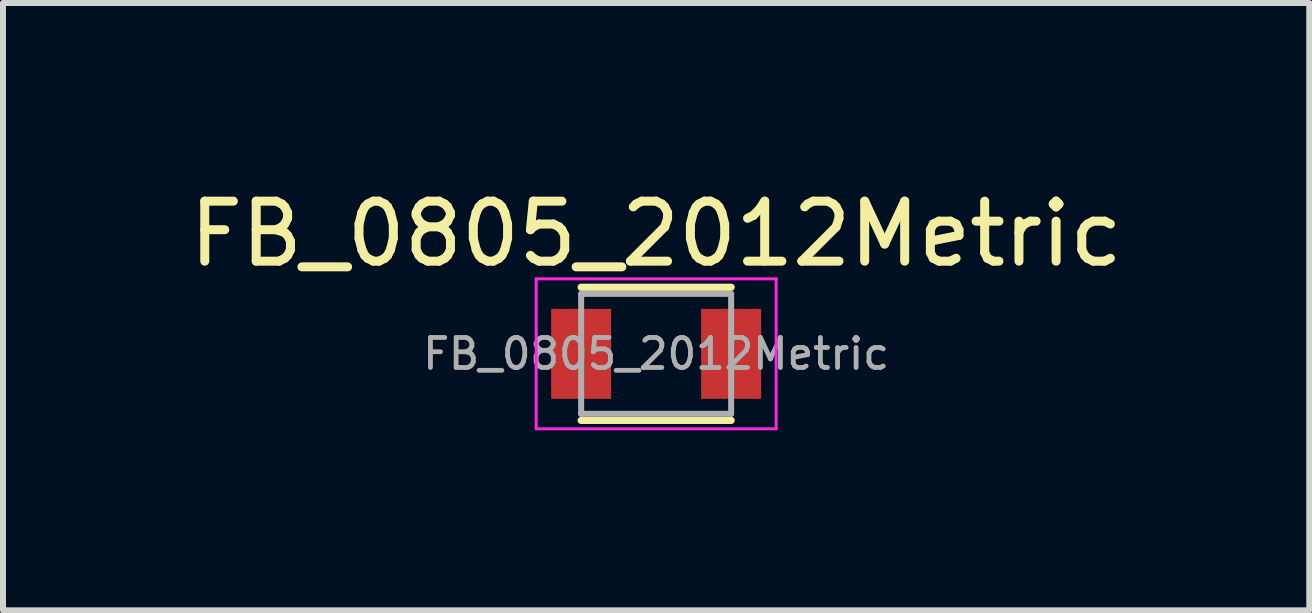
<source format=kicad_pcb>
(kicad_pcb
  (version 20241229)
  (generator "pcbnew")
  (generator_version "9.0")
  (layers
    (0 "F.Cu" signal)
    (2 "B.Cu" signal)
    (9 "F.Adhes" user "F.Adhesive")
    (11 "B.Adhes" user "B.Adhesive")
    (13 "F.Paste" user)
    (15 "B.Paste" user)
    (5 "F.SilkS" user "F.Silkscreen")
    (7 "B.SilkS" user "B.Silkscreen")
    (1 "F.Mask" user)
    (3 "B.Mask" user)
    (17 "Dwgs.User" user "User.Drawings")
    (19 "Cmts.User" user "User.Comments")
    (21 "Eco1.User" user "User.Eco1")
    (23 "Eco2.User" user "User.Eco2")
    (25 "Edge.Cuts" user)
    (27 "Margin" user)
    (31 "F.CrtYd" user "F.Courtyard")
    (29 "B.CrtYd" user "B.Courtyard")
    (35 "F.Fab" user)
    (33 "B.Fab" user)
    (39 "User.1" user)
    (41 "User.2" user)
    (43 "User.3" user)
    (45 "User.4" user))
  (footprint "FB_0805_2012Metric"
    (layer "F.Cu")
    (at 7.887 2.848)
    (property "Reference" "FB_0805_2012Metric" (at 0 -2 0) (layer "F.SilkS") (effects (font (size 1 1) (thickness 0.15))))
    (attr smd)
    (fp_line (start -1.25 -1.11) (end 1.25 -1.11) (stroke (width 0.12) (type solid)) (layer "F.SilkS"))
    (fp_line (start 1.25 1.11) (end -1.25 1.11) (stroke (width 0.12) (type solid)) (layer "F.SilkS"))
    (fp_line (start -2 -1.25) (end 2 -1.25) (stroke (width 0.05) (type solid)) (layer "F.CrtYd"))
    (fp_line (start -2 1.25) (end -2 -1.25) (stroke (width 0.05) (type solid)) (layer "F.CrtYd"))
    (fp_line (start 2 -1.25) (end 2 1.25) (stroke (width 0.05) (type solid)) (layer "F.CrtYd"))
    (fp_line (start 2 1.25) (end -2 1.25) (stroke (width 0.05) (type solid)) (layer "F.CrtYd"))
    (fp_line (start -1.25 -1) (end 1.25 -1) (stroke (width 0.1) (type solid)) (layer "F.Fab"))
    (fp_line (start -1.25 1) (end -1.25 -1) (stroke (width 0.1) (type solid)) (layer "F.Fab"))
    (fp_line (start 1.25 -1) (end 1.25 1) (stroke (width 0.1) (type solid)) (layer "F.Fab"))
    (fp_line (start 1.25 1) (end -1.25 1) (stroke (width 0.1) (type solid)) (layer "F.Fab"))
    (fp_text user "${REFERENCE}" (at 0 0 0) (layer "F.Fab") (effects (font (size 0.5 0.5) (thickness 0.08))))
    (pad "1" smd rect (at -1.25 0) (size 1 1.5) (layers "F.Cu" "F.Mask" "F.Paste"))
    (pad "2" smd rect (at 1.25 0) (size 1 1.5) (layers "F.Cu" "F.Mask" "F.Paste")))
  (gr_rect
    (start -3 -3)
    (end 18.774 7.123)
    (stroke (width 0.1) (type default))
    (fill no)
    (layer "Edge.Cuts")))
</source>
